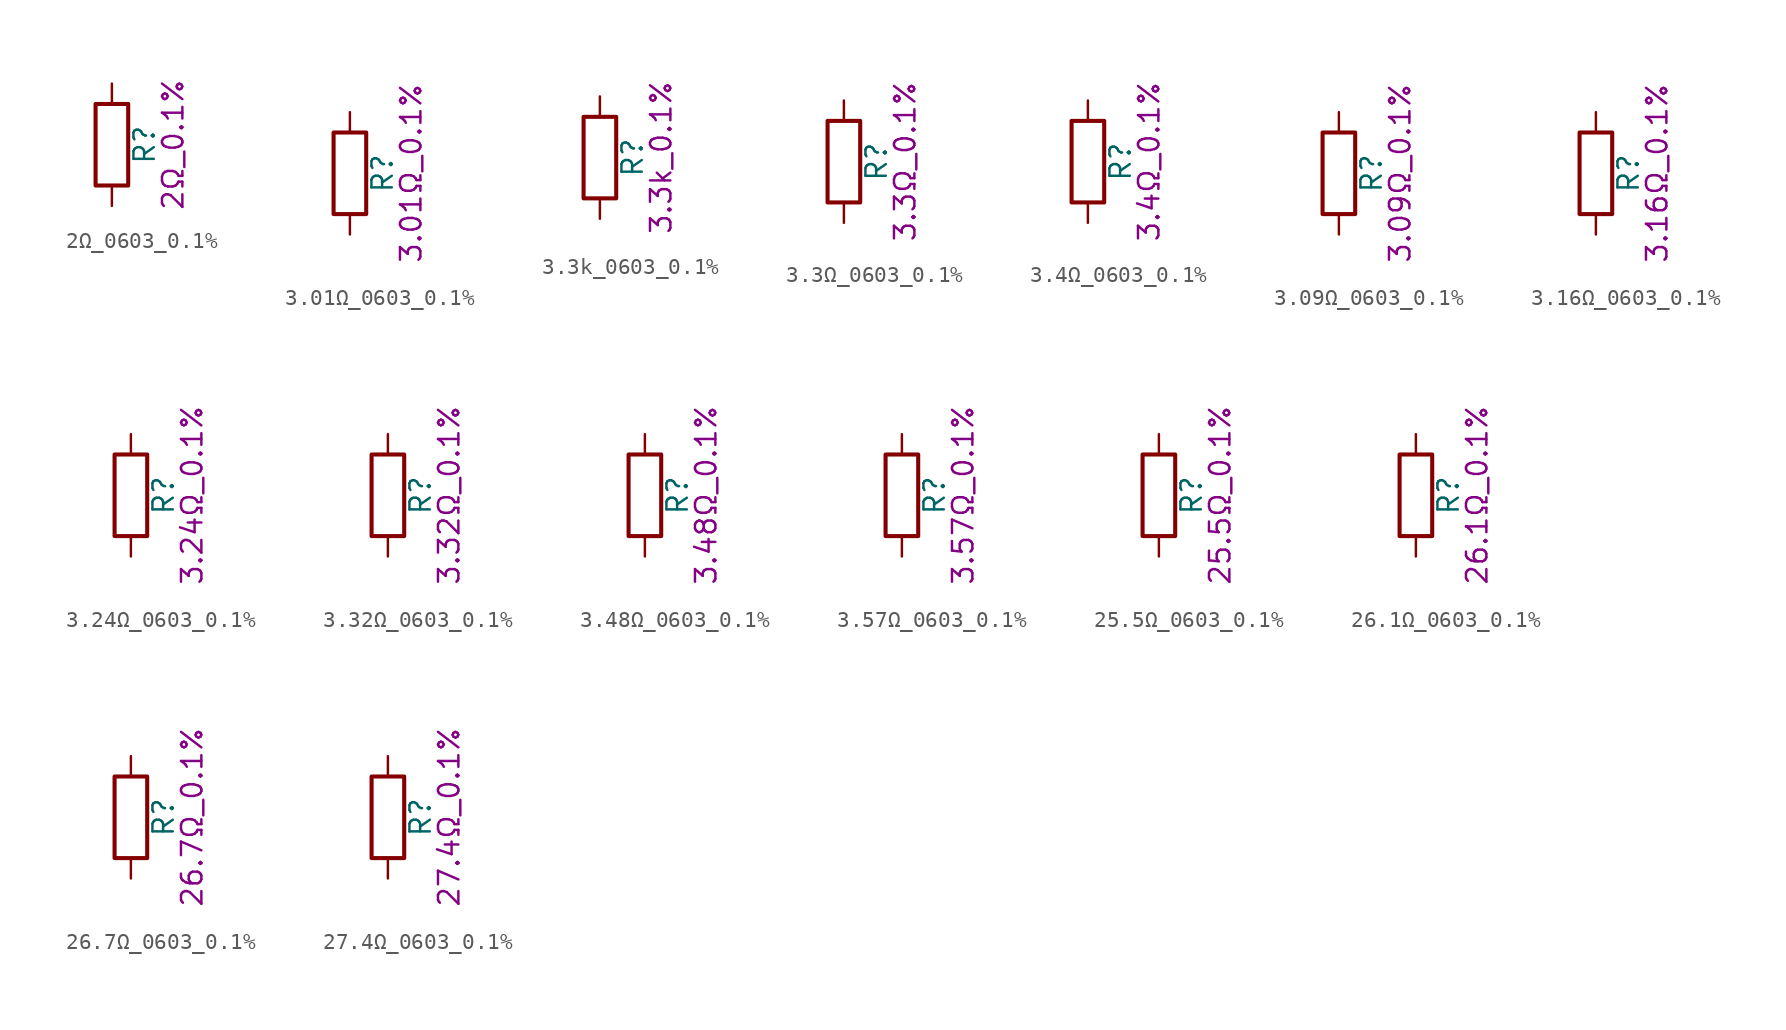
<source format=kicad_sym>
(kicad_symbol_lib
  (version 20211014)
  (generator kicad_symbol_editor)
  (symbol "2Ω_0603_0.1%"
    (pin_numbers hide)
    (pin_names
      (offset 0))
    (property "Reference" "R"
      (at 2.032 0 90)
      (effects (font (size 1.27 1.27))))
    (property "Display" "2Ω_0.1%"
      (at 3.81 0 90)
      (effects (font (size 1.27 1.27))))
    (symbol "2Ω_0603_0.1%_0_1"
      (rectangle (start -1.016 -2.54) (end 1.016 2.54) (stroke (width 0.254) (type default) (color 0 0 0 0)) (fill (type none))))
    (symbol "2Ω_0603_0.1%_1_1"
      (pin passive line (at 0 3.81 270) (length 1.27) (name "~" (effects (font (size 1.27 1.27)))) (number "1" (effects (font (size 1.27 1.27)))))
      (pin passive line (at 0 -3.81 90) (length 1.27) (name "~" (effects (font (size 1.27 1.27)))) (number "2" (effects (font (size 1.27 1.27)))))))
  (symbol "3.01Ω_0603_0.1%"
    (pin_numbers hide)
    (pin_names
      (offset 0))
    (property "Reference" "R"
      (at 2.032 0 90)
      (effects (font (size 1.27 1.27))))
    (property "Display" "3.01Ω_0.1%"
      (at 3.81 0 90)
      (effects (font (size 1.27 1.27))))
    (symbol "3.01Ω_0603_0.1%_0_1"
      (rectangle (start -1.016 -2.54) (end 1.016 2.54) (stroke (width 0.254) (type default) (color 0 0 0 0)) (fill (type none))))
    (symbol "3.01Ω_0603_0.1%_1_1"
      (pin passive line (at 0 3.81 270) (length 1.27) (name "~" (effects (font (size 1.27 1.27)))) (number "1" (effects (font (size 1.27 1.27)))))
      (pin passive line (at 0 -3.81 90) (length 1.27) (name "~" (effects (font (size 1.27 1.27)))) (number "2" (effects (font (size 1.27 1.27)))))))
  (symbol "3.3k_0603_0.1%"
    (pin_numbers hide)
    (pin_names
      (offset 0))
    (property "Reference" "R"
      (at 2.032 0 90)
      (effects (font (size 1.27 1.27))))
    (property "Display" "3.3k_0.1%"
      (at 3.81 0 90)
      (effects (font (size 1.27 1.27))))
    (symbol "3.3k_0603_0.1%_0_1"
      (rectangle (start -1.016 -2.54) (end 1.016 2.54) (stroke (width 0.254) (type default) (color 0 0 0 0)) (fill (type none))))
    (symbol "3.3k_0603_0.1%_1_1"
      (pin passive line (at 0 3.81 270) (length 1.27) (name "~" (effects (font (size 1.27 1.27)))) (number "1" (effects (font (size 1.27 1.27)))))
      (pin passive line (at 0 -3.81 90) (length 1.27) (name "~" (effects (font (size 1.27 1.27)))) (number "2" (effects (font (size 1.27 1.27)))))))
  (symbol "3.3Ω_0603_0.1%"
    (pin_numbers hide)
    (pin_names
      (offset 0))
    (property "Reference" "R"
      (at 2.032 0 90)
      (effects (font (size 1.27 1.27))))
    (property "Display" "3.3Ω_0.1%"
      (at 3.81 0 90)
      (effects (font (size 1.27 1.27))))
    (symbol "3.3Ω_0603_0.1%_0_1"
      (rectangle (start -1.016 -2.54) (end 1.016 2.54) (stroke (width 0.254) (type default) (color 0 0 0 0)) (fill (type none))))
    (symbol "3.3Ω_0603_0.1%_1_1"
      (pin passive line (at 0 3.81 270) (length 1.27) (name "~" (effects (font (size 1.27 1.27)))) (number "1" (effects (font (size 1.27 1.27)))))
      (pin passive line (at 0 -3.81 90) (length 1.27) (name "~" (effects (font (size 1.27 1.27)))) (number "2" (effects (font (size 1.27 1.27)))))))
  (symbol "3.4Ω_0603_0.1%"
    (pin_numbers hide)
    (pin_names
      (offset 0))
    (property "Reference" "R"
      (at 2.032 0 90)
      (effects (font (size 1.27 1.27))))
    (property "Display" "3.4Ω_0.1%"
      (at 3.81 0 90)
      (effects (font (size 1.27 1.27))))
    (symbol "3.4Ω_0603_0.1%_0_1"
      (rectangle (start -1.016 -2.54) (end 1.016 2.54) (stroke (width 0.254) (type default) (color 0 0 0 0)) (fill (type none))))
    (symbol "3.4Ω_0603_0.1%_1_1"
      (pin passive line (at 0 3.81 270) (length 1.27) (name "~" (effects (font (size 1.27 1.27)))) (number "1" (effects (font (size 1.27 1.27)))))
      (pin passive line (at 0 -3.81 90) (length 1.27) (name "~" (effects (font (size 1.27 1.27)))) (number "2" (effects (font (size 1.27 1.27)))))))
  (symbol "3.09Ω_0603_0.1%"
    (pin_numbers hide)
    (pin_names
      (offset 0))
    (property "Reference" "R"
      (at 2.032 0 90)
      (effects (font (size 1.27 1.27))))
    (property "Display" "3.09Ω_0.1%"
      (at 3.81 0 90)
      (effects (font (size 1.27 1.27))))
    (symbol "3.09Ω_0603_0.1%_0_1"
      (rectangle (start -1.016 -2.54) (end 1.016 2.54) (stroke (width 0.254) (type default) (color 0 0 0 0)) (fill (type none))))
    (symbol "3.09Ω_0603_0.1%_1_1"
      (pin passive line (at 0 3.81 270) (length 1.27) (name "~" (effects (font (size 1.27 1.27)))) (number "1" (effects (font (size 1.27 1.27)))))
      (pin passive line (at 0 -3.81 90) (length 1.27) (name "~" (effects (font (size 1.27 1.27)))) (number "2" (effects (font (size 1.27 1.27)))))))
  (symbol "3.16Ω_0603_0.1%"
    (pin_numbers hide)
    (pin_names
      (offset 0))
    (property "Reference" "R"
      (at 2.032 0 90)
      (effects (font (size 1.27 1.27))))
    (property "Display" "3.16Ω_0.1%"
      (at 3.81 0 90)
      (effects (font (size 1.27 1.27))))
    (symbol "3.16Ω_0603_0.1%_0_1"
      (rectangle (start -1.016 -2.54) (end 1.016 2.54) (stroke (width 0.254) (type default) (color 0 0 0 0)) (fill (type none))))
    (symbol "3.16Ω_0603_0.1%_1_1"
      (pin passive line (at 0 3.81 270) (length 1.27) (name "~" (effects (font (size 1.27 1.27)))) (number "1" (effects (font (size 1.27 1.27)))))
      (pin passive line (at 0 -3.81 90) (length 1.27) (name "~" (effects (font (size 1.27 1.27)))) (number "2" (effects (font (size 1.27 1.27)))))))
  (symbol "3.24Ω_0603_0.1%"
    (pin_numbers hide)
    (pin_names
      (offset 0))
    (property "Reference" "R"
      (at 2.032 0 90)
      (effects (font (size 1.27 1.27))))
    (property "Display" "3.24Ω_0.1%"
      (at 3.81 0 90)
      (effects (font (size 1.27 1.27))))
    (symbol "3.24Ω_0603_0.1%_0_1"
      (rectangle (start -1.016 -2.54) (end 1.016 2.54) (stroke (width 0.254) (type default) (color 0 0 0 0)) (fill (type none))))
    (symbol "3.24Ω_0603_0.1%_1_1"
      (pin passive line (at 0 3.81 270) (length 1.27) (name "~" (effects (font (size 1.27 1.27)))) (number "1" (effects (font (size 1.27 1.27)))))
      (pin passive line (at 0 -3.81 90) (length 1.27) (name "~" (effects (font (size 1.27 1.27)))) (number "2" (effects (font (size 1.27 1.27)))))))
  (symbol "3.32Ω_0603_0.1%"
    (pin_numbers hide)
    (pin_names
      (offset 0))
    (property "Reference" "R"
      (at 2.032 0 90)
      (effects (font (size 1.27 1.27))))
    (property "Display" "3.32Ω_0.1%"
      (at 3.81 0 90)
      (effects (font (size 1.27 1.27))))
    (symbol "3.32Ω_0603_0.1%_0_1"
      (rectangle (start -1.016 -2.54) (end 1.016 2.54) (stroke (width 0.254) (type default) (color 0 0 0 0)) (fill (type none))))
    (symbol "3.32Ω_0603_0.1%_1_1"
      (pin passive line (at 0 3.81 270) (length 1.27) (name "~" (effects (font (size 1.27 1.27)))) (number "1" (effects (font (size 1.27 1.27)))))
      (pin passive line (at 0 -3.81 90) (length 1.27) (name "~" (effects (font (size 1.27 1.27)))) (number "2" (effects (font (size 1.27 1.27)))))))
  (symbol "3.48Ω_0603_0.1%"
    (pin_numbers hide)
    (pin_names
      (offset 0))
    (property "Reference" "R"
      (at 2.032 0 90)
      (effects (font (size 1.27 1.27))))
    (property "Display" "3.48Ω_0.1%"
      (at 3.81 0 90)
      (effects (font (size 1.27 1.27))))
    (symbol "3.48Ω_0603_0.1%_0_1"
      (rectangle (start -1.016 -2.54) (end 1.016 2.54) (stroke (width 0.254) (type default) (color 0 0 0 0)) (fill (type none))))
    (symbol "3.48Ω_0603_0.1%_1_1"
      (pin passive line (at 0 3.81 270) (length 1.27) (name "~" (effects (font (size 1.27 1.27)))) (number "1" (effects (font (size 1.27 1.27)))))
      (pin passive line (at 0 -3.81 90) (length 1.27) (name "~" (effects (font (size 1.27 1.27)))) (number "2" (effects (font (size 1.27 1.27)))))))
  (symbol "3.57Ω_0603_0.1%"
    (pin_numbers hide)
    (pin_names
      (offset 0))
    (property "Reference" "R"
      (at 2.032 0 90)
      (effects (font (size 1.27 1.27))))
    (property "Display" "3.57Ω_0.1%"
      (at 3.81 0 90)
      (effects (font (size 1.27 1.27))))
    (symbol "3.57Ω_0603_0.1%_0_1"
      (rectangle (start -1.016 -2.54) (end 1.016 2.54) (stroke (width 0.254) (type default) (color 0 0 0 0)) (fill (type none))))
    (symbol "3.57Ω_0603_0.1%_1_1"
      (pin passive line (at 0 3.81 270) (length 1.27) (name "~" (effects (font (size 1.27 1.27)))) (number "1" (effects (font (size 1.27 1.27)))))
      (pin passive line (at 0 -3.81 90) (length 1.27) (name "~" (effects (font (size 1.27 1.27)))) (number "2" (effects (font (size 1.27 1.27)))))))
  (symbol "25.5Ω_0603_0.1%"
    (pin_numbers hide)
    (pin_names
      (offset 0))
    (property "Reference" "R"
      (at 2.032 0 90)
      (effects (font (size 1.27 1.27))))
    (property "Display" "25.5Ω_0.1%"
      (at 3.81 0 90)
      (effects (font (size 1.27 1.27))))
    (symbol "25.5Ω_0603_0.1%_0_1"
      (rectangle (start -1.016 -2.54) (end 1.016 2.54) (stroke (width 0.254) (type default) (color 0 0 0 0)) (fill (type none))))
    (symbol "25.5Ω_0603_0.1%_1_1"
      (pin passive line (at 0 3.81 270) (length 1.27) (name "~" (effects (font (size 1.27 1.27)))) (number "1" (effects (font (size 1.27 1.27)))))
      (pin passive line (at 0 -3.81 90) (length 1.27) (name "~" (effects (font (size 1.27 1.27)))) (number "2" (effects (font (size 1.27 1.27)))))))
  (symbol "26.1Ω_0603_0.1%"
    (pin_numbers hide)
    (pin_names
      (offset 0))
    (property "Reference" "R"
      (at 2.032 0 90)
      (effects (font (size 1.27 1.27))))
    (property "Display" "26.1Ω_0.1%"
      (at 3.81 0 90)
      (effects (font (size 1.27 1.27))))
    (symbol "26.1Ω_0603_0.1%_0_1"
      (rectangle (start -1.016 -2.54) (end 1.016 2.54) (stroke (width 0.254) (type default) (color 0 0 0 0)) (fill (type none))))
    (symbol "26.1Ω_0603_0.1%_1_1"
      (pin passive line (at 0 3.81 270) (length 1.27) (name "~" (effects (font (size 1.27 1.27)))) (number "1" (effects (font (size 1.27 1.27)))))
      (pin passive line (at 0 -3.81 90) (length 1.27) (name "~" (effects (font (size 1.27 1.27)))) (number "2" (effects (font (size 1.27 1.27)))))))
  (symbol "26.7Ω_0603_0.1%"
    (pin_numbers hide)
    (pin_names
      (offset 0))
    (property "Reference" "R"
      (at 2.032 0 90)
      (effects (font (size 1.27 1.27))))
    (property "Display" "26.7Ω_0.1%"
      (at 3.81 0 90)
      (effects (font (size 1.27 1.27))))
    (symbol "26.7Ω_0603_0.1%_0_1"
      (rectangle (start -1.016 -2.54) (end 1.016 2.54) (stroke (width 0.254) (type default) (color 0 0 0 0)) (fill (type none))))
    (symbol "26.7Ω_0603_0.1%_1_1"
      (pin passive line (at 0 3.81 270) (length 1.27) (name "~" (effects (font (size 1.27 1.27)))) (number "1" (effects (font (size 1.27 1.27)))))
      (pin passive line (at 0 -3.81 90) (length 1.27) (name "~" (effects (font (size 1.27 1.27)))) (number "2" (effects (font (size 1.27 1.27)))))))
  (symbol "27.4Ω_0603_0.1%"
    (pin_numbers hide)
    (pin_names
      (offset 0))
    (property "Reference" "R"
      (at 2.032 0 90)
      (effects (font (size 1.27 1.27))))
    (property "Display" "27.4Ω_0.1%"
      (at 3.81 0 90)
      (effects (font (size 1.27 1.27))))
    (symbol "27.4Ω_0603_0.1%_0_1"
      (rectangle (start -1.016 -2.54) (end 1.016 2.54) (stroke (width 0.254) (type default) (color 0 0 0 0)) (fill (type none))))
    (symbol "27.4Ω_0603_0.1%_1_1"
      (pin passive line (at 0 3.81 270) (length 1.27) (name "~" (effects (font (size 1.27 1.27)))) (number "1" (effects (font (size 1.27 1.27)))))
      (pin passive line (at 0 -3.81 90) (length 1.27) (name "~" (effects (font (size 1.27 1.27)))) (number "2" (effects (font (size 1.27 1.27))))))))
</source>
